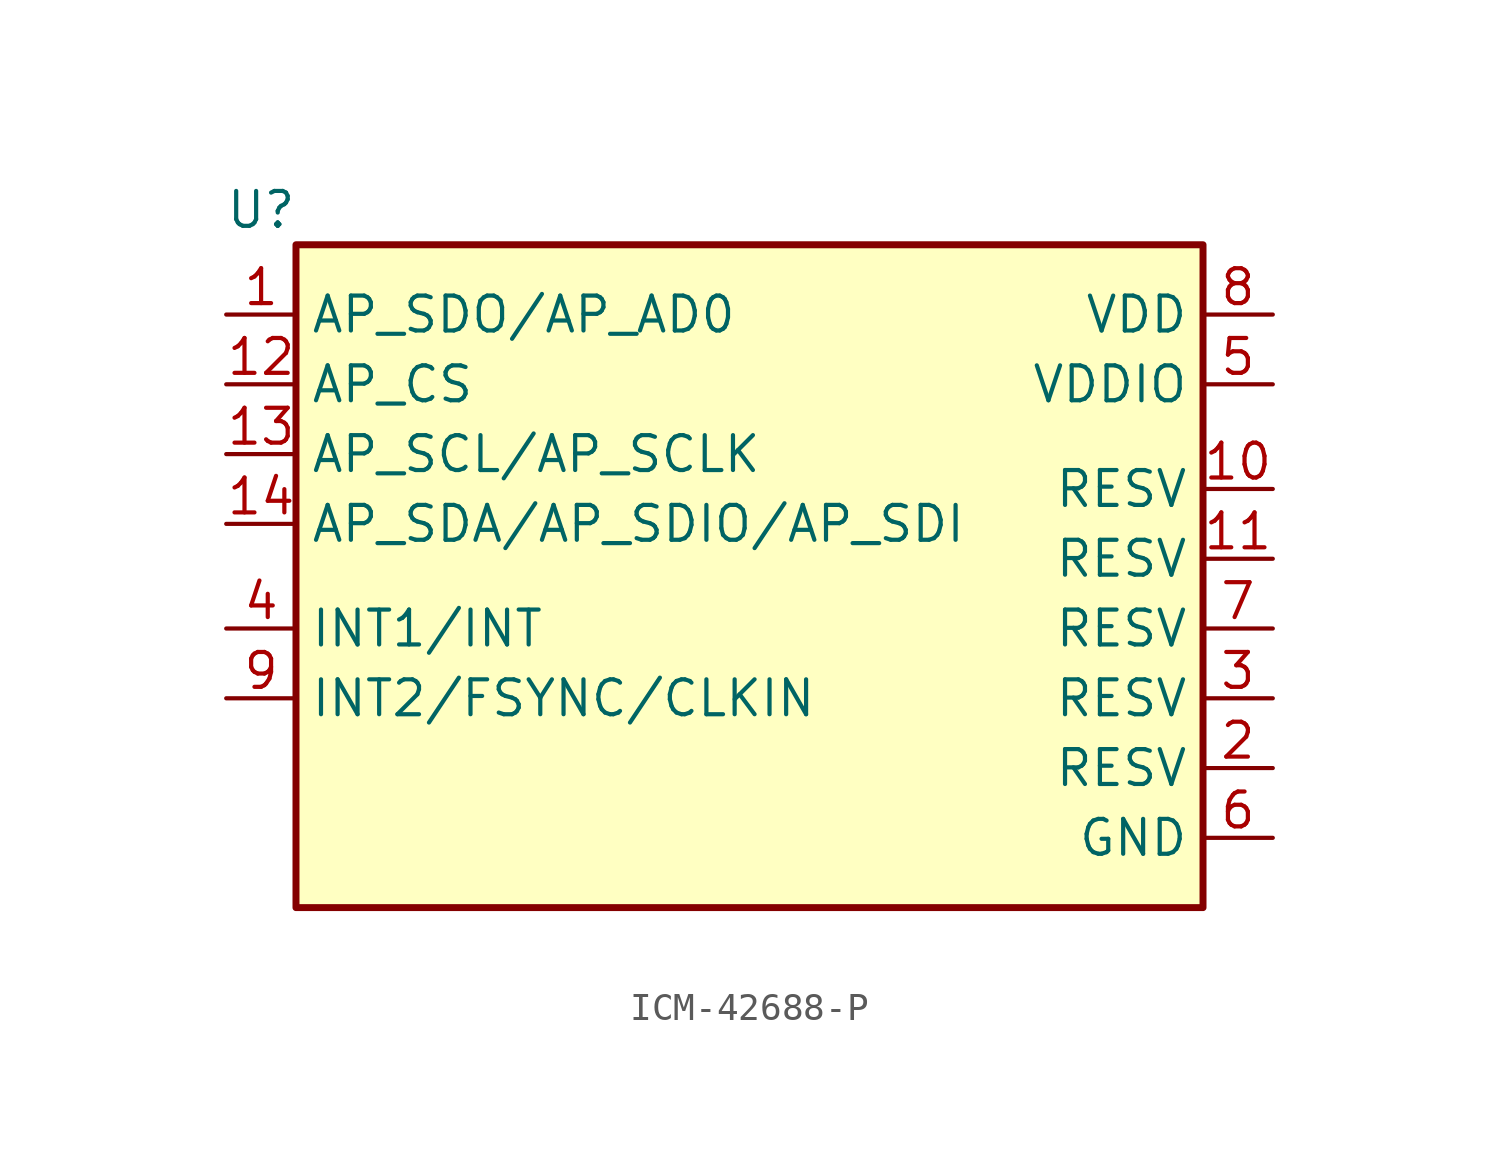
<source format=kicad_sym>
(kicad_symbol_lib
  (version 20220914)
  (generator kicad_symbol_editor)
  (symbol "ICM-42688-P"
    (property "Reference" "U"
      (at -1.27 1.27 0)
      (effects (font (size 1.27 1.27))))
    (property "Value" ""
      (at -2.54 0 0)
      (effects (font (size 1.27 1.27))))
    (symbol "ICM-42688-P_0_0"
      (pin bidirectional line (at -2.54 -2.54 0) (length 2.54) (name "AP_SDO/AP_AD0" (effects (font (size 1.27 1.27)))) (number "1" (effects (font (size 1.27 1.27)))))
      (pin passive line (at 35.56 -8.89 180) (length 2.54) (name "RESV" (effects (font (size 1.27 1.27)))) (number "10" (effects (font (size 1.27 1.27)))))
      (pin passive line (at 35.56 -11.43 180) (length 2.54) (name "RESV" (effects (font (size 1.27 1.27)))) (number "11" (effects (font (size 1.27 1.27)))))
      (pin input line (at -2.54 -5.08 0) (length 2.54) (name "AP_CS" (effects (font (size 1.27 1.27)))) (number "12" (effects (font (size 1.27 1.27)))))
      (pin input line (at -2.54 -7.62 0) (length 2.54) (name "AP_SCL/AP_SCLK" (effects (font (size 1.27 1.27)))) (number "13" (effects (font (size 1.27 1.27)))))
      (pin bidirectional line (at -2.54 -10.16 0) (length 2.54) (name "AP_SDA/AP_SDIO/AP_SDI" (effects (font (size 1.27 1.27)))) (number "14" (effects (font (size 1.27 1.27)))))
      (pin passive line (at 35.56 -19.05 180) (length 2.54) (name "RESV" (effects (font (size 1.27 1.27)))) (number "2" (effects (font (size 1.27 1.27)))))
      (pin passive line (at 35.56 -16.51 180) (length 2.54) (name "RESV" (effects (font (size 1.27 1.27)))) (number "3" (effects (font (size 1.27 1.27)))))
      (pin output line (at -2.54 -13.97 0) (length 2.54) (name "INT1/INT" (effects (font (size 1.27 1.27)))) (number "4" (effects (font (size 1.27 1.27)))))
      (pin power_in line (at 35.56 -5.08 180) (length 2.54) (name "VDDIO" (effects (font (size 1.27 1.27)))) (number "5" (effects (font (size 1.27 1.27)))))
      (pin power_in line (at 35.56 -21.59 180) (length 2.54) (name "GND" (effects (font (size 1.27 1.27)))) (number "6" (effects (font (size 1.27 1.27)))))
      (pin passive line (at 35.56 -13.97 180) (length 2.54) (name "RESV" (effects (font (size 1.27 1.27)))) (number "7" (effects (font (size 1.27 1.27)))))
      (pin power_in line (at 35.56 -2.54 180) (length 2.54) (name "VDD" (effects (font (size 1.27 1.27)))) (number "8" (effects (font (size 1.27 1.27)))))
      (pin bidirectional line (at -2.54 -16.51 0) (length 2.54) (name "INT2/FSYNC/CLKIN" (effects (font (size 1.27 1.27)))) (number "9" (effects (font (size 1.27 1.27))))))
    (symbol "ICM-42688-P_0_1"
      (rectangle (start 0 0) (end 33.02 -24.13) (stroke (width 0.254) (type default)) (fill (type background))))))
</source>
